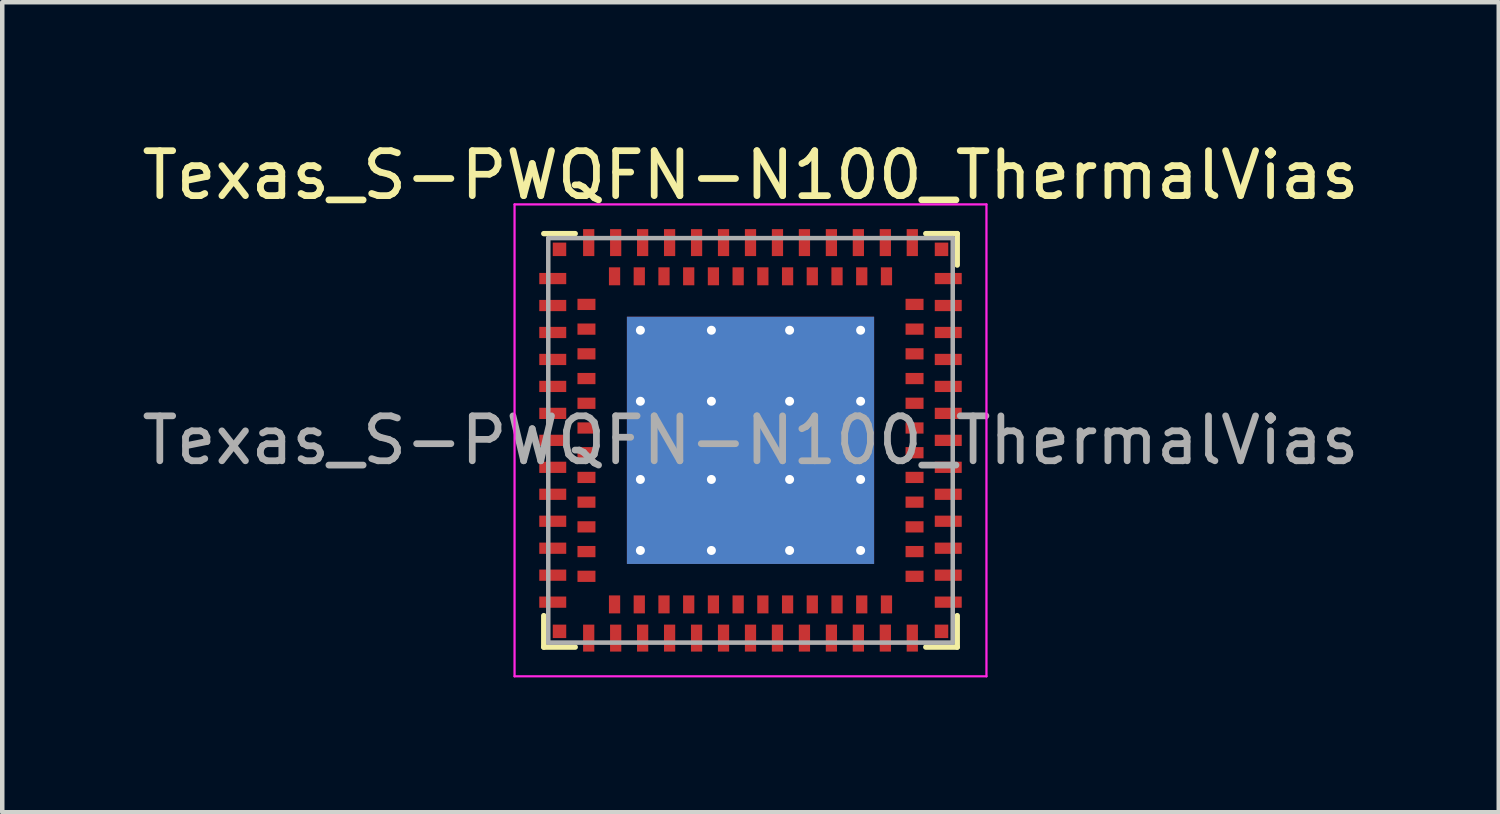
<source format=kicad_pcb>
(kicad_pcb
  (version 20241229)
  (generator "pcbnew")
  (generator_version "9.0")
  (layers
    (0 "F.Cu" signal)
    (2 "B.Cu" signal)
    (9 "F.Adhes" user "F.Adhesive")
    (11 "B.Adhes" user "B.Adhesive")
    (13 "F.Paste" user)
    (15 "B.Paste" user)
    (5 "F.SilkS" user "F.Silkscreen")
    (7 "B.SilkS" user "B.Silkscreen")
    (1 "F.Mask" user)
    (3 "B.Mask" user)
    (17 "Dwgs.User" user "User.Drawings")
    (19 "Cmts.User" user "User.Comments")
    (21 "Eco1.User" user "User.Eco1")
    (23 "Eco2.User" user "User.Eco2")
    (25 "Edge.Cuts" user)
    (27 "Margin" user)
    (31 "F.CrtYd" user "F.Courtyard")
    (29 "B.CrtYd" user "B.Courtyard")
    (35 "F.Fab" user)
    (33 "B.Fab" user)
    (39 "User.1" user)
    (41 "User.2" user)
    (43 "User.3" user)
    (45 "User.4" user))
  (footprint "Texas_S-PWQFN-N100_ThermalVias"
    (layer "F.Cu")
    (at 13.649 6.748)
    (property "Reference" "Texas_S-PWQFN-N100_ThermalVias" (at 0 -5.9 0) (layer "F.SilkS") (effects (font (size 1 1) (thickness 0.15))))
    (attr smd)
    (fp_line (start -4.6 -4.6) (end -3.9 -4.6) (stroke (width 0.12) (type solid)) (layer "F.SilkS"))
    (fp_line (start -4.6 3.9) (end -4.6 4.6) (stroke (width 0.12) (type solid)) (layer "F.SilkS"))
    (fp_line (start -4.6 4.6) (end -3.9 4.6) (stroke (width 0.12) (type solid)) (layer "F.SilkS"))
    (fp_line (start 4.6 -4.6) (end 3.9 -4.6) (stroke (width 0.12) (type solid)) (layer "F.SilkS"))
    (fp_line (start 4.6 -3.9) (end 4.6 -4.6) (stroke (width 0.12) (type solid)) (layer "F.SilkS"))
    (fp_line (start 4.6 3.9) (end 4.6 4.6) (stroke (width 0.12) (type solid)) (layer "F.SilkS"))
    (fp_line (start 4.6 4.6) (end 3.9 4.6) (stroke (width 0.12) (type solid)) (layer "F.SilkS"))
    (fp_line (start -5.25 -5.25) (end 5.25 -5.25) (stroke (width 0.05) (type solid)) (layer "F.CrtYd"))
    (fp_line (start -5.25 5.25) (end -5.25 -5.25) (stroke (width 0.05) (type solid)) (layer "F.CrtYd"))
    (fp_line (start 5.25 -5.25) (end 5.25 5.25) (stroke (width 0.05) (type solid)) (layer "F.CrtYd"))
    (fp_line (start 5.25 5.25) (end -5.25 5.25) (stroke (width 0.05) (type solid)) (layer "F.CrtYd"))
    (fp_line (start -4.5 -4.5) (end -4.5 4.5) (stroke (width 0.1) (type solid)) (layer "F.Fab"))
    (fp_line (start -4.5 -4.5) (end 4.5 -4.5) (stroke (width 0.1) (type solid)) (layer "F.Fab"))
    (fp_line (start -4.5 4.5) (end 4.5 4.5) (stroke (width 0.1) (type solid)) (layer "F.Fab"))
    (fp_line (start 4.5 -4.5) (end 4.5 4.5) (stroke (width 0.1) (type solid)) (layer "F.Fab"))
    (fp_text user "${REFERENCE}" (at 0 0 0) (layer "F.Fab") (effects (font (size 1 1) (thickness 0.15))))
    (pad "A1" smd rect (at -4.4 -3.6 90) (size 0.25 0.6) (layers "F.Cu" "F.Mask" "F.Paste"))
    (pad "A2" smd rect (at -4.4 -3 90) (size 0.25 0.6) (layers "F.Cu" "F.Mask" "F.Paste"))
    (pad "A3" smd rect (at -4.4 -2.4 90) (size 0.25 0.6) (layers "F.Cu" "F.Mask" "F.Paste"))
    (pad "A4" smd rect (at -4.4 -1.8 90) (size 0.25 0.6) (layers "F.Cu" "F.Mask" "F.Paste"))
    (pad "A5" smd rect (at -4.4 -1.2 90) (size 0.25 0.6) (layers "F.Cu" "F.Mask" "F.Paste"))
    (pad "A6" smd rect (at -4.4 -0.6 90) (size 0.25 0.6) (layers "F.Cu" "F.Mask" "F.Paste"))
    (pad "A7" smd rect (at -4.4 0 90) (size 0.25 0.6) (layers "F.Cu" "F.Mask" "F.Paste"))
    (pad "A8" smd rect (at -4.4 0.6 90) (size 0.25 0.6) (layers "F.Cu" "F.Mask" "F.Paste"))
    (pad "A9" smd rect (at -4.4 1.2 90) (size 0.25 0.6) (layers "F.Cu" "F.Mask" "F.Paste"))
    (pad "A10" smd rect (at -4.4 1.8 90) (size 0.25 0.6) (layers "F.Cu" "F.Mask" "F.Paste"))
    (pad "A11" smd rect (at -4.4 2.4 90) (size 0.25 0.6) (layers "F.Cu" "F.Mask" "F.Paste"))
    (pad "A12" smd rect (at -4.4 3 90) (size 0.25 0.6) (layers "F.Cu" "F.Mask" "F.Paste"))
    (pad "A13" smd rect (at -4.4 3.6 90) (size 0.25 0.6) (layers "F.Cu" "F.Mask" "F.Paste"))
    (pad "A14" smd rect (at -3.6 4.4) (size 0.25 0.6) (layers "F.Cu" "F.Mask" "F.Paste"))
    (pad "A15" smd rect (at -3 4.4) (size 0.25 0.6) (layers "F.Cu" "F.Mask" "F.Paste"))
    (pad "A16" smd rect (at -2.4 4.4) (size 0.25 0.6) (layers "F.Cu" "F.Mask" "F.Paste"))
    (pad "A17" smd rect (at -1.8 4.4) (size 0.25 0.6) (layers "F.Cu" "F.Mask" "F.Paste"))
    (pad "A18" smd rect (at -1.2 4.4) (size 0.25 0.6) (layers "F.Cu" "F.Mask" "F.Paste"))
    (pad "A19" smd rect (at -0.6 4.4) (size 0.25 0.6) (layers "F.Cu" "F.Mask" "F.Paste"))
    (pad "A20" smd rect (at 0 4.4) (size 0.25 0.6) (layers "F.Cu" "F.Mask" "F.Paste"))
    (pad "A21" smd rect (at 0.6 4.4) (size 0.25 0.6) (layers "F.Cu" "F.Mask" "F.Paste"))
    (pad "A22" smd rect (at 1.2 4.4) (size 0.25 0.6) (layers "F.Cu" "F.Mask" "F.Paste"))
    (pad "A23" smd rect (at 1.8 4.4) (size 0.25 0.6) (layers "F.Cu" "F.Mask" "F.Paste"))
    (pad "A24" smd rect (at 2.4 4.4) (size 0.25 0.6) (layers "F.Cu" "F.Mask" "F.Paste"))
    (pad "A25" smd rect (at 3 4.4) (size 0.25 0.6) (layers "F.Cu" "F.Mask" "F.Paste"))
    (pad "A26" smd rect (at 3.6 4.4) (size 0.25 0.6) (layers "F.Cu" "F.Mask" "F.Paste"))
    (pad "A27" smd rect (at 4.4 3.6 90) (size 0.25 0.6) (layers "F.Cu" "F.Mask" "F.Paste"))
    (pad "A28" smd rect (at 4.4 3 90) (size 0.25 0.6) (layers "F.Cu" "F.Mask" "F.Paste"))
    (pad "A29" smd rect (at 4.4 2.4 90) (size 0.25 0.6) (layers "F.Cu" "F.Mask" "F.Paste"))
    (pad "A30" smd rect (at 4.4 1.8 90) (size 0.25 0.6) (layers "F.Cu" "F.Mask" "F.Paste"))
    (pad "A31" smd rect (at 4.4 1.2 90) (size 0.25 0.6) (layers "F.Cu" "F.Mask" "F.Paste"))
    (pad "A32" smd rect (at 4.4 0.6 90) (size 0.25 0.6) (layers "F.Cu" "F.Mask" "F.Paste"))
    (pad "A33" smd rect (at 4.4 0 90) (size 0.25 0.6) (layers "F.Cu" "F.Mask" "F.Paste"))
    (pad "A34" smd rect (at 4.4 -0.6 90) (size 0.25 0.6) (layers "F.Cu" "F.Mask" "F.Paste"))
    (pad "A35" smd rect (at 4.4 -1.2 90) (size 0.25 0.6) (layers "F.Cu" "F.Mask" "F.Paste"))
    (pad "A36" smd rect (at 4.4 -1.8 90) (size 0.25 0.6) (layers "F.Cu" "F.Mask" "F.Paste"))
    (pad "A37" smd rect (at 4.4 -2.4 90) (size 0.25 0.6) (layers "F.Cu" "F.Mask" "F.Paste"))
    (pad "A38" smd rect (at 4.4 -3 90) (size 0.25 0.6) (layers "F.Cu" "F.Mask" "F.Paste"))
    (pad "A39" smd rect (at 4.4 -3.6 90) (size 0.25 0.6) (layers "F.Cu" "F.Mask" "F.Paste"))
    (pad "A40" smd rect (at 3.6 -4.4) (size 0.25 0.6) (layers "F.Cu" "F.Mask" "F.Paste"))
    (pad "A41" smd rect (at 3 -4.4) (size 0.25 0.6) (layers "F.Cu" "F.Mask" "F.Paste"))
    (pad "A42" smd rect (at 2.4 -4.4) (size 0.25 0.6) (layers "F.Cu" "F.Mask" "F.Paste"))
    (pad "A43" smd rect (at 1.8 -4.4) (size 0.25 0.6) (layers "F.Cu" "F.Mask" "F.Paste"))
    (pad "A44" smd rect (at 1.2 -4.4) (size 0.25 0.6) (layers "F.Cu" "F.Mask" "F.Paste"))
    (pad "A45" smd rect (at 0.6 -4.4) (size 0.25 0.6) (layers "F.Cu" "F.Mask" "F.Paste"))
    (pad "A46" smd rect (at 0 -4.4) (size 0.25 0.6) (layers "F.Cu" "F.Mask" "F.Paste"))
    (pad "A47" smd rect (at -0.6 -4.4) (size 0.25 0.6) (layers "F.Cu" "F.Mask" "F.Paste"))
    (pad "A48" smd rect (at -1.2 -4.4) (size 0.25 0.6) (layers "F.Cu" "F.Mask" "F.Paste"))
    (pad "A49" smd rect (at -1.8 -4.4) (size 0.25 0.6) (layers "F.Cu" "F.Mask" "F.Paste"))
    (pad "A50" smd rect (at -2.4 -4.4) (size 0.25 0.6) (layers "F.Cu" "F.Mask" "F.Paste"))
    (pad "A51" smd rect (at -3 -4.4) (size 0.25 0.6) (layers "F.Cu" "F.Mask" "F.Paste"))
    (pad "A52" smd rect (at -3.6 -4.4) (size 0.25 0.6) (layers "F.Cu" "F.Mask" "F.Paste"))
    (pad "A53" thru_hole circle (at -2.45 -2.45) (size 0.5 0.5) (drill 0.2) (layers "*.Cu"))
    (pad "A53" thru_hole circle (at -2.45 -0.87) (size 0.5 0.5) (drill 0.2) (layers "*.Cu"))
    (pad "A53" thru_hole circle (at -2.45 0.87) (size 0.5 0.5) (drill 0.2) (layers "*.Cu"))
    (pad "A53" thru_hole circle (at -2.45 2.45) (size 0.5 0.5) (drill 0.2) (layers "*.Cu"))
    (pad "A53" thru_hole circle (at -0.87 -2.45) (size 0.5 0.5) (drill 0.2) (layers "*.Cu"))
    (pad "A53" thru_hole circle (at -0.87 -0.87) (size 0.5 0.5) (drill 0.2) (layers "*.Cu"))
    (pad "A53" thru_hole circle (at -0.87 0.87) (size 0.5 0.5) (drill 0.2) (layers "*.Cu"))
    (pad "A53" thru_hole circle (at -0.87 2.45) (size 0.5 0.5) (drill 0.2) (layers "*.Cu"))
    (pad "A53" smd rect (at 0 0) (size 5.5 5.5) (layers "F.Cu" "F.Mask" "F.Paste"))
    (pad "A53" smd rect (at 0 0) (size 5.5 5.5) (layers "B.Cu"))
    (pad "A53" thru_hole circle (at 0.87 -2.45) (size 0.5 0.5) (drill 0.2) (layers "*.Cu"))
    (pad "A53" thru_hole circle (at 0.87 -0.87) (size 0.5 0.5) (drill 0.2) (layers "*.Cu"))
    (pad "A53" thru_hole circle (at 0.87 0.87) (size 0.5 0.5) (drill 0.2) (layers "*.Cu"))
    (pad "A53" thru_hole circle (at 0.87 2.45) (size 0.5 0.5) (drill 0.2) (layers "*.Cu"))
    (pad "A53" thru_hole circle (at 2.45 -2.45) (size 0.5 0.5) (drill 0.2) (layers "*.Cu"))
    (pad "A53" thru_hole circle (at 2.45 -0.87) (size 0.5 0.5) (drill 0.2) (layers "*.Cu"))
    (pad "A53" thru_hole circle (at 2.45 0.87) (size 0.5 0.5) (drill 0.2) (layers "*.Cu"))
    (pad "A53" thru_hole circle (at 2.45 2.45) (size 0.5 0.5) (drill 0.2) (layers "*.Cu"))
    (pad "B1" smd rect (at -3.65 -3.025 90) (size 0.25 0.4) (layers "F.Cu" "F.Mask" "F.Paste"))
    (pad "B2" smd rect (at -3.65 -2.475 90) (size 0.25 0.4) (layers "F.Cu" "F.Mask" "F.Paste"))
    (pad "B3" smd rect (at -3.65 -1.925 90) (size 0.25 0.4) (layers "F.Cu" "F.Mask" "F.Paste"))
    (pad "B4" smd rect (at -3.65 -1.375 90) (size 0.25 0.4) (layers "F.Cu" "F.Mask" "F.Paste"))
    (pad "B5" smd rect (at -3.65 -0.825 90) (size 0.25 0.4) (layers "F.Cu" "F.Mask" "F.Paste"))
    (pad "B6" smd rect (at -3.65 -0.275 90) (size 0.25 0.4) (layers "F.Cu" "F.Mask" "F.Paste"))
    (pad "B7" smd rect (at -3.65 0.275 90) (size 0.25 0.4) (layers "F.Cu" "F.Mask" "F.Paste"))
    (pad "B8" smd rect (at -3.65 0.825 90) (size 0.25 0.4) (layers "F.Cu" "F.Mask" "F.Paste"))
    (pad "B9" smd rect (at -3.65 1.375 90) (size 0.25 0.4) (layers "F.Cu" "F.Mask" "F.Paste"))
    (pad "B10" smd rect (at -3.65 1.925 90) (size 0.25 0.4) (layers "F.Cu" "F.Mask" "F.Paste"))
    (pad "B11" smd rect (at -3.65 2.475 90) (size 0.25 0.4) (layers "F.Cu" "F.Mask" "F.Paste"))
    (pad "B12" smd rect (at -3.65 3.025 90) (size 0.25 0.4) (layers "F.Cu" "F.Mask" "F.Paste"))
    (pad "B13" smd rect (at -3.025 3.65) (size 0.25 0.4) (layers "F.Cu" "F.Mask" "F.Paste"))
    (pad "B14" smd rect (at -2.475 3.65) (size 0.25 0.4) (layers "F.Cu" "F.Mask" "F.Paste"))
    (pad "B15" smd rect (at -1.925 3.65) (size 0.25 0.4) (layers "F.Cu" "F.Mask" "F.Paste"))
    (pad "B16" smd rect (at -1.375 3.65) (size 0.25 0.4) (layers "F.Cu" "F.Mask" "F.Paste"))
    (pad "B17" smd rect (at -0.825 3.65) (size 0.25 0.4) (layers "F.Cu" "F.Mask" "F.Paste"))
    (pad "B18" smd rect (at -0.275 3.65) (size 0.25 0.4) (layers "F.Cu" "F.Mask" "F.Paste"))
    (pad "B19" smd rect (at 0.275 3.65) (size 0.25 0.4) (layers "F.Cu" "F.Mask" "F.Paste"))
    (pad "B20" smd rect (at 0.825 3.65) (size 0.25 0.4) (layers "F.Cu" "F.Mask" "F.Paste"))
    (pad "B21" smd rect (at 1.375 3.65) (size 0.25 0.4) (layers "F.Cu" "F.Mask" "F.Paste"))
    (pad "B22" smd rect (at 1.925 3.65) (size 0.25 0.4) (layers "F.Cu" "F.Mask" "F.Paste"))
    (pad "B23" smd rect (at 2.475 3.65) (size 0.25 0.4) (layers "F.Cu" "F.Mask" "F.Paste"))
    (pad "B24" smd rect (at 3.025 3.65) (size 0.25 0.4) (layers "F.Cu" "F.Mask" "F.Paste"))
    (pad "B25" smd rect (at 3.65 3.025 90) (size 0.25 0.4) (layers "F.Cu" "F.Mask" "F.Paste"))
    (pad "B26" smd rect (at 3.65 2.475 90) (size 0.25 0.4) (layers "F.Cu" "F.Mask" "F.Paste"))
    (pad "B27" smd rect (at 3.65 1.925 90) (size 0.25 0.4) (layers "F.Cu" "F.Mask" "F.Paste"))
    (pad "B28" smd rect (at 3.65 1.375 90) (size 0.25 0.4) (layers "F.Cu" "F.Mask" "F.Paste"))
    (pad "B29" smd rect (at 3.65 0.825 90) (size 0.25 0.4) (layers "F.Cu" "F.Mask" "F.Paste"))
    (pad "B30" smd rect (at 3.65 0.275 90) (size 0.25 0.4) (layers "F.Cu" "F.Mask" "F.Paste"))
    (pad "B31" smd rect (at 3.65 -0.275 90) (size 0.25 0.4) (layers "F.Cu" "F.Mask" "F.Paste"))
    (pad "B32" smd rect (at 3.65 -0.825 90) (size 0.25 0.4) (layers "F.Cu" "F.Mask" "F.Paste"))
    (pad "B33" smd rect (at 3.65 -1.375 90) (size 0.25 0.4) (layers "F.Cu" "F.Mask" "F.Paste"))
    (pad "B34" smd rect (at 3.65 -1.925 90) (size 0.25 0.4) (layers "F.Cu" "F.Mask" "F.Paste"))
    (pad "B35" smd rect (at 3.65 -2.475 90) (size 0.25 0.4) (layers "F.Cu" "F.Mask" "F.Paste"))
    (pad "B36" smd rect (at 3.65 -3.025 90) (size 0.25 0.4) (layers "F.Cu" "F.Mask" "F.Paste"))
    (pad "B37" smd rect (at 3.025 -3.65) (size 0.25 0.4) (layers "F.Cu" "F.Mask" "F.Paste"))
    (pad "B38" smd rect (at 2.475 -3.65) (size 0.25 0.4) (layers "F.Cu" "F.Mask" "F.Paste"))
    (pad "B39" smd rect (at 1.925 -3.65) (size 0.25 0.4) (layers "F.Cu" "F.Mask" "F.Paste"))
    (pad "B40" smd rect (at 1.375 -3.65) (size 0.25 0.4) (layers "F.Cu" "F.Mask" "F.Paste"))
    (pad "B41" smd rect (at 0.825 -3.65) (size 0.25 0.4) (layers "F.Cu" "F.Mask" "F.Paste"))
    (pad "B42" smd rect (at 0.275 -3.65) (size 0.25 0.4) (layers "F.Cu" "F.Mask" "F.Paste"))
    (pad "B43" smd rect (at -0.275 -3.65) (size 0.25 0.4) (layers "F.Cu" "F.Mask" "F.Paste"))
    (pad "B44" smd rect (at -0.825 -3.65) (size 0.25 0.4) (layers "F.Cu" "F.Mask" "F.Paste"))
    (pad "B45" smd rect (at -1.375 -3.65) (size 0.25 0.4) (layers "F.Cu" "F.Mask" "F.Paste"))
    (pad "B46" smd rect (at -1.925 -3.65) (size 0.25 0.4) (layers "F.Cu" "F.Mask" "F.Paste"))
    (pad "B47" smd rect (at -2.475 -3.65) (size 0.25 0.4) (layers "F.Cu" "F.Mask" "F.Paste"))
    (pad "B48" smd rect (at -3.025 -3.65) (size 0.25 0.4) (layers "F.Cu" "F.Mask" "F.Paste"))
    (pad "C1" smd rect (at -4.25 -4.25) (size 0.3 0.3) (layers "F.Cu" "F.Mask" "F.Paste"))
    (pad "C2" smd rect (at -4.25 4.25) (size 0.3 0.3) (layers "F.Cu" "F.Mask" "F.Paste"))
    (pad "C3" smd rect (at 4.25 4.25) (size 0.3 0.3) (layers "F.Cu" "F.Mask" "F.Paste"))
    (pad "C4" smd rect (at 4.25 -4.25) (size 0.3 0.3) (layers "F.Cu" "F.Mask" "F.Paste")))
  (gr_rect
    (start -3 -3)
    (end 30.298 15.023)
    (stroke (width 0.1) (type default))
    (fill no)
    (layer "Edge.Cuts")))
</source>
